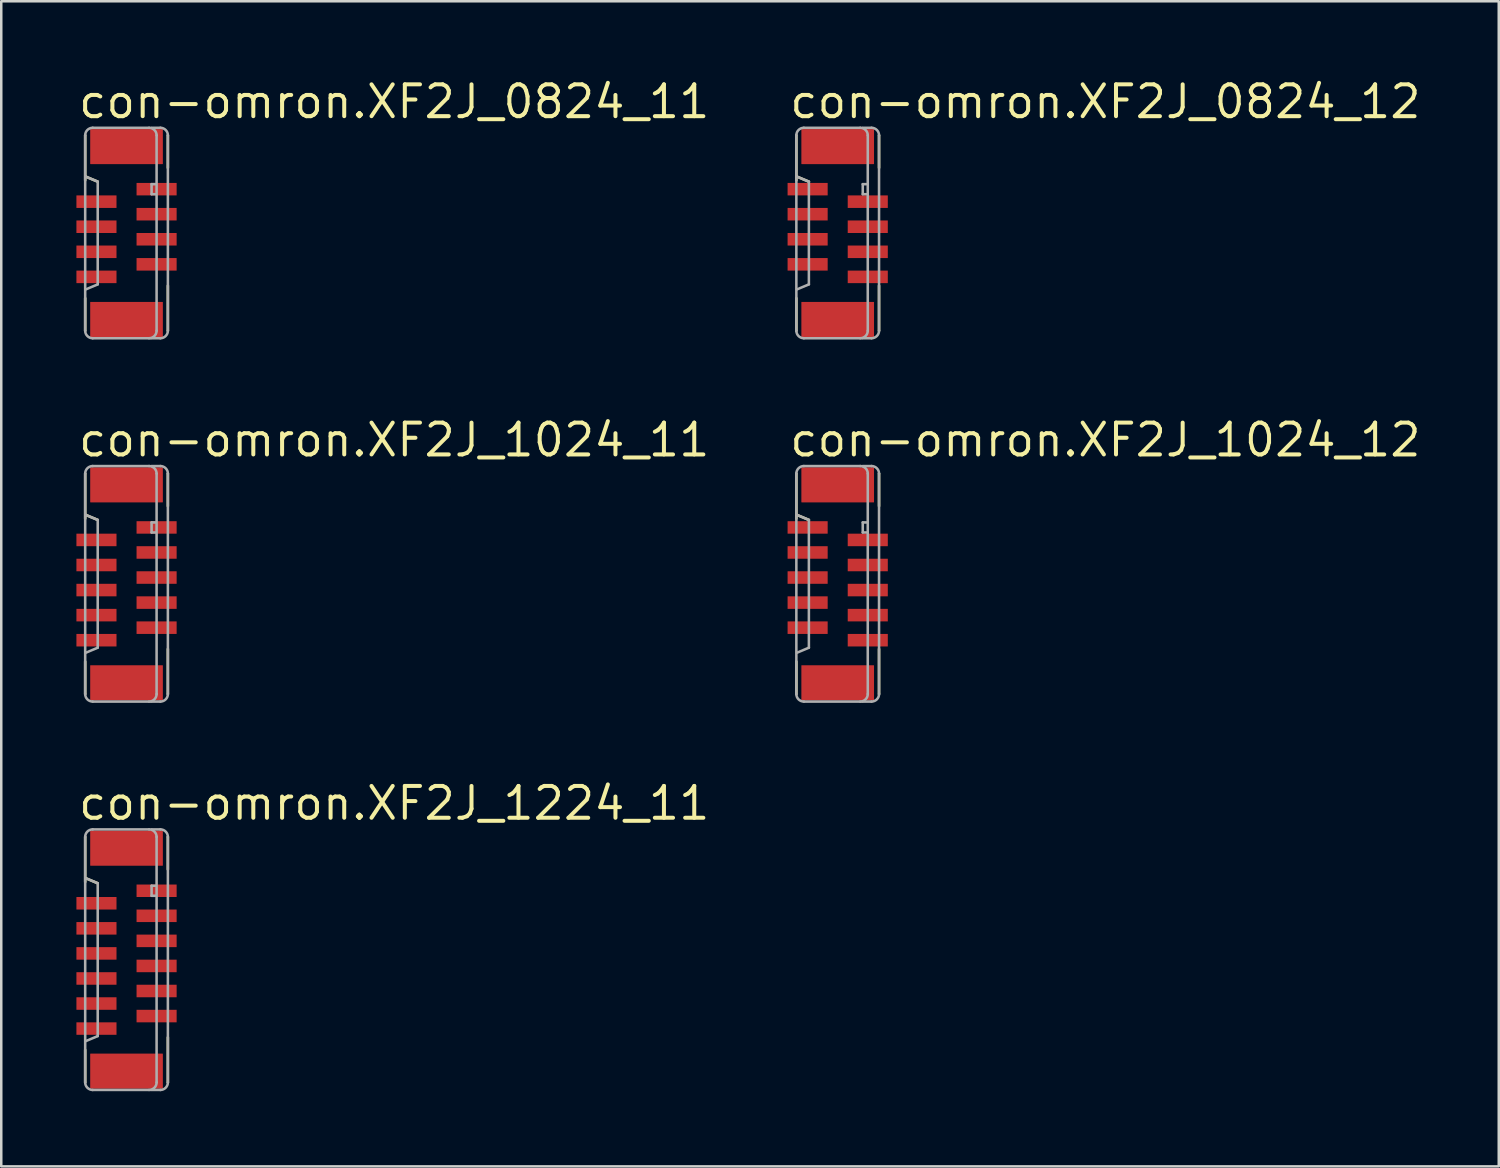
<source format=kicad_pcb>
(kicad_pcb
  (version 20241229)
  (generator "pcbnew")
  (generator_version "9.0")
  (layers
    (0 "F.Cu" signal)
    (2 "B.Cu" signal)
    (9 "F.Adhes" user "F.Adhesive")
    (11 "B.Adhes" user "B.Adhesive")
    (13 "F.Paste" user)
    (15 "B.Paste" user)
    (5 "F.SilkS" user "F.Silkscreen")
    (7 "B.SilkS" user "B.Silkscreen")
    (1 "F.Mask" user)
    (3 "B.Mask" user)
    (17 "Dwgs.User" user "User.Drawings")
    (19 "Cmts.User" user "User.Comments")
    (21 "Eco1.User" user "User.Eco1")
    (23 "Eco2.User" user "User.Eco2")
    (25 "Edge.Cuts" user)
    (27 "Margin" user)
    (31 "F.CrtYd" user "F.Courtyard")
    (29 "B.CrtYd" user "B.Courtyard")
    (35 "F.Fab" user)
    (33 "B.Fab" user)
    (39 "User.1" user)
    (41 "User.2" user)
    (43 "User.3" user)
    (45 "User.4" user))
  (footprint "con-omron.XF2J_1024_12"
    (layer "F.Cu")
    (at 30.384 20.251)
    (property "Reference" "con-omron.XF2J_1024_12" (at -2 -5 0) (layer "F.SilkS") (effects (font (size 1.27 1.27) (thickness 0.16)) (justify left bottom)))
    (attr smd)
    (fp_line (start -1.65 -4.4) (end -1.65 -2.6) (stroke (width 0.102) (type default)) (layer "F.SilkS"))
    (fp_line (start -1.65 3.1) (end -1.65 4.4) (stroke (width 0.102) (type default)) (layer "F.SilkS"))
    (fp_line (start -1.625 -2.75) (end -1.15 -2.55) (stroke (width 0.102) (type default)) (layer "F.SilkS"))
    (fp_line (start 1.65 -3.1) (end 1.65 -4.4) (stroke (width 0.102) (type default)) (layer "F.SilkS"))
    (fp_line (start 1.65 4.4) (end 1.65 2.6) (stroke (width 0.102) (type default)) (layer "F.SilkS"))
    (fp_line (start -1.65 -4.4) (end -1.65 4.4) (stroke (width 0.102) (type default)) (layer "F.Fab"))
    (fp_line (start -1.625 -2.75) (end -1.15 -2.55) (stroke (width 0.102) (type default)) (layer "F.Fab"))
    (fp_line (start -1.35 4.7) (end 0.9 4.7) (stroke (width 0.102) (type default)) (layer "F.Fab"))
    (fp_line (start -1.15 -2.55) (end -1.15 2.55) (stroke (width 0.102) (type default)) (layer "F.Fab"))
    (fp_line (start -1.15 2.55) (end -1.625 2.75) (stroke (width 0.102) (type default)) (layer "F.Fab"))
    (fp_line (start 0.9 -4.7) (end -1.35 -4.7) (stroke (width 0.102) (type default)) (layer "F.Fab"))
    (fp_line (start 0.975 4.7) (end 1.35 4.7) (stroke (width 0.102) (type default)) (layer "F.Fab"))
    (fp_line (start 1 -4.7) (end 1.35 -4.7) (stroke (width 0.102) (type default)) (layer "F.Fab"))
    (fp_line (start 1 -2.45) (end 1 -2.05) (stroke (width 0.102) (type default)) (layer "F.Fab"))
    (fp_line (start 1 -2.05) (end 1.15 -2.05) (stroke (width 0.102) (type default)) (layer "F.Fab"))
    (fp_line (start 1.15 -2.45) (end 1 -2.45) (stroke (width 0.102) (type default)) (layer "F.Fab"))
    (fp_line (start 1.2 4.4) (end 1.2 -4.4) (stroke (width 0.102) (type default)) (layer "F.Fab"))
    (fp_line (start 1.65 4.4) (end 1.65 -4.4) (stroke (width 0.102) (type default)) (layer "F.Fab"))
    (fp_arc (start -1.65 -4.4) (mid -1.562132 -4.612132) (end -1.35 -4.7) (stroke (width 0.1016) (type default)) (layer "F.Fab"))
    (fp_arc (start -1.35 4.7) (mid -1.562132 4.612132) (end -1.65 4.4) (stroke (width 0.1016) (type default)) (layer "F.Fab"))
    (fp_arc (start 0.9 -4.7) (mid 1.112132 -4.612132) (end 1.2 -4.4) (stroke (width 0.1016) (type default)) (layer "F.Fab"))
    (fp_arc (start 1.2 4.4) (mid 1.112132 4.612132) (end 0.9 4.7) (stroke (width 0.1016) (type default)) (layer "F.Fab"))
    (fp_arc (start 1.35 -4.7) (mid 1.562132 -4.612132) (end 1.65 -4.4) (stroke (width 0.1016) (type default)) (layer "F.Fab"))
    (fp_arc (start 1.65 4.4) (mid 1.562132 4.612132) (end 1.35 4.7) (stroke (width 0.1016) (type default)) (layer "F.Fab"))
    (pad "1" smd roundrect (at -1.2 -2.25 270) (size 0.5 1.6) (layers "F.Cu" "F.Mask" "F.Paste") (roundrect_rratio 0.01))
    (pad "2" smd roundrect (at 1.2 -1.75 90) (size 0.5 1.6) (layers "F.Cu" "F.Mask" "F.Paste") (roundrect_rratio 0.01))
    (pad "3" smd roundrect (at -1.2 -1.25 270) (size 0.5 1.6) (layers "F.Cu" "F.Mask" "F.Paste") (roundrect_rratio 0.01))
    (pad "4" smd roundrect (at 1.2 -0.75 90) (size 0.5 1.6) (layers "F.Cu" "F.Mask" "F.Paste") (roundrect_rratio 0.01))
    (pad "5" smd roundrect (at -1.2 -0.25 270) (size 0.5 1.6) (layers "F.Cu" "F.Mask" "F.Paste") (roundrect_rratio 0.01))
    (pad "6" smd roundrect (at 1.2 0.25 90) (size 0.5 1.6) (layers "F.Cu" "F.Mask" "F.Paste") (roundrect_rratio 0.01))
    (pad "7" smd roundrect (at -1.2 0.75 270) (size 0.5 1.6) (layers "F.Cu" "F.Mask" "F.Paste") (roundrect_rratio 0.01))
    (pad "8" smd roundrect (at 1.2 1.25 90) (size 0.5 1.6) (layers "F.Cu" "F.Mask" "F.Paste") (roundrect_rratio 0.01))
    (pad "9" smd roundrect (at -1.2 1.75 270) (size 0.5 1.6) (layers "F.Cu" "F.Mask" "F.Paste") (roundrect_rratio 0.01))
    (pad "10" smd roundrect (at 1.2 2.25 90) (size 0.5 1.6) (layers "F.Cu" "F.Mask" "F.Paste") (roundrect_rratio 0.01))
    (pad "M1" smd roundrect (at 0 -3.95 270) (size 1.4 2.9) (layers "F.Cu" "F.Mask" "F.Paste") (roundrect_rratio 0.01))
    (pad "M2" smd roundrect (at 0 3.95 270) (size 1.4 2.9) (layers "F.Cu" "F.Mask" "F.Paste") (roundrect_rratio 0.01)))
  (footprint "con-omron.XF2J_0824_11"
    (layer "F.Cu")
    (at 2 6.25)
    (property "Reference" "con-omron.XF2J_0824_11" (at -2 -4.5 0) (layer "F.SilkS") (effects (font (size 1.27 1.27) (thickness 0.16)) (justify left bottom)))
    (attr smd)
    (fp_line (start -1.65 -3.9) (end -1.65 -2.1) (stroke (width 0.102) (type default)) (layer "F.SilkS"))
    (fp_line (start -1.65 2.6) (end -1.65 3.9) (stroke (width 0.102) (type default)) (layer "F.SilkS"))
    (fp_line (start -1.625 -2.25) (end -1.15 -2.05) (stroke (width 0.102) (type default)) (layer "F.SilkS"))
    (fp_line (start 1.65 -2.6) (end 1.65 -3.9) (stroke (width 0.102) (type default)) (layer "F.SilkS"))
    (fp_line (start 1.65 3.9) (end 1.65 2.1) (stroke (width 0.102) (type default)) (layer "F.SilkS"))
    (fp_line (start -1.65 -3.9) (end -1.65 3.9) (stroke (width 0.102) (type default)) (layer "F.Fab"))
    (fp_line (start -1.625 -2.25) (end -1.15 -2.05) (stroke (width 0.102) (type default)) (layer "F.Fab"))
    (fp_line (start -1.35 4.2) (end 0.9 4.2) (stroke (width 0.102) (type default)) (layer "F.Fab"))
    (fp_line (start -1.15 -2.05) (end -1.15 2.05) (stroke (width 0.102) (type default)) (layer "F.Fab"))
    (fp_line (start -1.15 2.05) (end -1.625 2.25) (stroke (width 0.102) (type default)) (layer "F.Fab"))
    (fp_line (start 0.9 -4.2) (end -1.35 -4.2) (stroke (width 0.102) (type default)) (layer "F.Fab"))
    (fp_line (start 0.975 4.2) (end 1.35 4.2) (stroke (width 0.102) (type default)) (layer "F.Fab"))
    (fp_line (start 1 -4.2) (end 1.35 -4.2) (stroke (width 0.102) (type default)) (layer "F.Fab"))
    (fp_line (start 1 -1.95) (end 1 -1.55) (stroke (width 0.102) (type default)) (layer "F.Fab"))
    (fp_line (start 1 -1.55) (end 1.15 -1.55) (stroke (width 0.102) (type default)) (layer "F.Fab"))
    (fp_line (start 1.15 -1.95) (end 1 -1.95) (stroke (width 0.102) (type default)) (layer "F.Fab"))
    (fp_line (start 1.2 3.9) (end 1.2 -3.9) (stroke (width 0.102) (type default)) (layer "F.Fab"))
    (fp_line (start 1.65 3.9) (end 1.65 -3.9) (stroke (width 0.102) (type default)) (layer "F.Fab"))
    (fp_arc (start -1.65 -3.9) (mid -1.562132 -4.112132) (end -1.35 -4.2) (stroke (width 0.1016) (type default)) (layer "F.Fab"))
    (fp_arc (start -1.35 4.2) (mid -1.562132 4.112132) (end -1.65 3.9) (stroke (width 0.1016) (type default)) (layer "F.Fab"))
    (fp_arc (start 0.9 -4.2) (mid 1.112132 -4.112132) (end 1.2 -3.9) (stroke (width 0.1016) (type default)) (layer "F.Fab"))
    (fp_arc (start 1.2 3.9) (mid 1.112132 4.112132) (end 0.9 4.2) (stroke (width 0.1016) (type default)) (layer "F.Fab"))
    (fp_arc (start 1.35 -4.2) (mid 1.562132 -4.112132) (end 1.65 -3.9) (stroke (width 0.1016) (type default)) (layer "F.Fab"))
    (fp_arc (start 1.65 3.9) (mid 1.562132 4.112132) (end 1.35 4.2) (stroke (width 0.1016) (type default)) (layer "F.Fab"))
    (pad "1" smd roundrect (at 1.2 -1.75 270) (size 0.5 1.6) (layers "F.Cu" "F.Mask" "F.Paste") (roundrect_rratio 0.01))
    (pad "2" smd roundrect (at -1.2 -1.25 90) (size 0.5 1.6) (layers "F.Cu" "F.Mask" "F.Paste") (roundrect_rratio 0.01))
    (pad "3" smd roundrect (at 1.2 -0.75 270) (size 0.5 1.6) (layers "F.Cu" "F.Mask" "F.Paste") (roundrect_rratio 0.01))
    (pad "4" smd roundrect (at -1.2 -0.25 90) (size 0.5 1.6) (layers "F.Cu" "F.Mask" "F.Paste") (roundrect_rratio 0.01))
    (pad "5" smd roundrect (at 1.2 0.25 270) (size 0.5 1.6) (layers "F.Cu" "F.Mask" "F.Paste") (roundrect_rratio 0.01))
    (pad "6" smd roundrect (at -1.2 0.75 90) (size 0.5 1.6) (layers "F.Cu" "F.Mask" "F.Paste") (roundrect_rratio 0.01))
    (pad "7" smd roundrect (at 1.2 1.25 270) (size 0.5 1.6) (layers "F.Cu" "F.Mask" "F.Paste") (roundrect_rratio 0.01))
    (pad "8" smd roundrect (at -1.2 1.75 90) (size 0.5 1.6) (layers "F.Cu" "F.Mask" "F.Paste") (roundrect_rratio 0.01))
    (pad "M1" smd roundrect (at 0 -3.45 270) (size 1.4 2.9) (layers "F.Cu" "F.Mask" "F.Paste") (roundrect_rratio 0.01))
    (pad "M2" smd roundrect (at 0 3.45 270) (size 1.4 2.9) (layers "F.Cu" "F.Mask" "F.Paste") (roundrect_rratio 0.01)))
  (footprint "con-omron.XF2J_1024_11"
    (layer "F.Cu")
    (at 2 20.251)
    (property "Reference" "con-omron.XF2J_1024_11" (at -2 -5 0) (layer "F.SilkS") (effects (font (size 1.27 1.27) (thickness 0.16)) (justify left bottom)))
    (attr smd)
    (fp_line (start -1.65 -4.4) (end -1.65 -2.6) (stroke (width 0.102) (type default)) (layer "F.SilkS"))
    (fp_line (start -1.65 3.1) (end -1.65 4.4) (stroke (width 0.102) (type default)) (layer "F.SilkS"))
    (fp_line (start -1.625 -2.75) (end -1.15 -2.55) (stroke (width 0.102) (type default)) (layer "F.SilkS"))
    (fp_line (start 1.65 -3.1) (end 1.65 -4.4) (stroke (width 0.102) (type default)) (layer "F.SilkS"))
    (fp_line (start 1.65 4.4) (end 1.65 2.6) (stroke (width 0.102) (type default)) (layer "F.SilkS"))
    (fp_line (start -1.65 -4.4) (end -1.65 4.4) (stroke (width 0.102) (type default)) (layer "F.Fab"))
    (fp_line (start -1.625 -2.75) (end -1.15 -2.55) (stroke (width 0.102) (type default)) (layer "F.Fab"))
    (fp_line (start -1.35 4.7) (end 0.9 4.7) (stroke (width 0.102) (type default)) (layer "F.Fab"))
    (fp_line (start -1.15 -2.55) (end -1.15 2.55) (stroke (width 0.102) (type default)) (layer "F.Fab"))
    (fp_line (start -1.15 2.55) (end -1.625 2.75) (stroke (width 0.102) (type default)) (layer "F.Fab"))
    (fp_line (start 0.9 -4.7) (end -1.35 -4.7) (stroke (width 0.102) (type default)) (layer "F.Fab"))
    (fp_line (start 0.975 4.7) (end 1.35 4.7) (stroke (width 0.102) (type default)) (layer "F.Fab"))
    (fp_line (start 1 -4.7) (end 1.35 -4.7) (stroke (width 0.102) (type default)) (layer "F.Fab"))
    (fp_line (start 1 -2.45) (end 1 -2.05) (stroke (width 0.102) (type default)) (layer "F.Fab"))
    (fp_line (start 1 -2.05) (end 1.15 -2.05) (stroke (width 0.102) (type default)) (layer "F.Fab"))
    (fp_line (start 1.15 -2.45) (end 1 -2.45) (stroke (width 0.102) (type default)) (layer "F.Fab"))
    (fp_line (start 1.2 4.4) (end 1.2 -4.4) (stroke (width 0.102) (type default)) (layer "F.Fab"))
    (fp_line (start 1.65 4.4) (end 1.65 -4.4) (stroke (width 0.102) (type default)) (layer "F.Fab"))
    (fp_arc (start -1.65 -4.4) (mid -1.562132 -4.612132) (end -1.35 -4.7) (stroke (width 0.1016) (type default)) (layer "F.Fab"))
    (fp_arc (start -1.35 4.7) (mid -1.562132 4.612132) (end -1.65 4.4) (stroke (width 0.1016) (type default)) (layer "F.Fab"))
    (fp_arc (start 0.9 -4.7) (mid 1.112132 -4.612132) (end 1.2 -4.4) (stroke (width 0.1016) (type default)) (layer "F.Fab"))
    (fp_arc (start 1.2 4.4) (mid 1.112132 4.612132) (end 0.9 4.7) (stroke (width 0.1016) (type default)) (layer "F.Fab"))
    (fp_arc (start 1.35 -4.7) (mid 1.562132 -4.612132) (end 1.65 -4.4) (stroke (width 0.1016) (type default)) (layer "F.Fab"))
    (fp_arc (start 1.65 4.4) (mid 1.562132 4.612132) (end 1.35 4.7) (stroke (width 0.1016) (type default)) (layer "F.Fab"))
    (pad "1" smd roundrect (at 1.2 -2.25 270) (size 0.5 1.6) (layers "F.Cu" "F.Mask" "F.Paste") (roundrect_rratio 0.01))
    (pad "2" smd roundrect (at -1.2 -1.75 90) (size 0.5 1.6) (layers "F.Cu" "F.Mask" "F.Paste") (roundrect_rratio 0.01))
    (pad "3" smd roundrect (at 1.2 -1.25 270) (size 0.5 1.6) (layers "F.Cu" "F.Mask" "F.Paste") (roundrect_rratio 0.01))
    (pad "4" smd roundrect (at -1.2 -0.75 90) (size 0.5 1.6) (layers "F.Cu" "F.Mask" "F.Paste") (roundrect_rratio 0.01))
    (pad "5" smd roundrect (at 1.2 -0.25 270) (size 0.5 1.6) (layers "F.Cu" "F.Mask" "F.Paste") (roundrect_rratio 0.01))
    (pad "6" smd roundrect (at -1.2 0.25 90) (size 0.5 1.6) (layers "F.Cu" "F.Mask" "F.Paste") (roundrect_rratio 0.01))
    (pad "7" smd roundrect (at 1.2 0.75 270) (size 0.5 1.6) (layers "F.Cu" "F.Mask" "F.Paste") (roundrect_rratio 0.01))
    (pad "8" smd roundrect (at -1.2 1.25 90) (size 0.5 1.6) (layers "F.Cu" "F.Mask" "F.Paste") (roundrect_rratio 0.01))
    (pad "9" smd roundrect (at 1.2 1.75 270) (size 0.5 1.6) (layers "F.Cu" "F.Mask" "F.Paste") (roundrect_rratio 0.01))
    (pad "10" smd roundrect (at -1.2 2.25 90) (size 0.5 1.6) (layers "F.Cu" "F.Mask" "F.Paste") (roundrect_rratio 0.01))
    (pad "M1" smd roundrect (at 0 -3.95 270) (size 1.4 2.9) (layers "F.Cu" "F.Mask" "F.Paste") (roundrect_rratio 0.01))
    (pad "M2" smd roundrect (at 0 3.95 270) (size 1.4 2.9) (layers "F.Cu" "F.Mask" "F.Paste") (roundrect_rratio 0.01)))
  (footprint "con-omron.XF2J_0824_12"
    (layer "F.Cu")
    (at 30.384 6.25)
    (property "Reference" "con-omron.XF2J_0824_12" (at -2 -4.5 0) (layer "F.SilkS") (effects (font (size 1.27 1.27) (thickness 0.16)) (justify left bottom)))
    (attr smd)
    (fp_line (start -1.65 -3.9) (end -1.65 -2.1) (stroke (width 0.102) (type default)) (layer "F.SilkS"))
    (fp_line (start -1.65 2.6) (end -1.65 3.9) (stroke (width 0.102) (type default)) (layer "F.SilkS"))
    (fp_line (start -1.625 -2.25) (end -1.15 -2.05) (stroke (width 0.102) (type default)) (layer "F.SilkS"))
    (fp_line (start 1.65 -2.6) (end 1.65 -3.9) (stroke (width 0.102) (type default)) (layer "F.SilkS"))
    (fp_line (start 1.65 3.9) (end 1.65 2.1) (stroke (width 0.102) (type default)) (layer "F.SilkS"))
    (fp_line (start -1.65 -3.9) (end -1.65 3.9) (stroke (width 0.102) (type default)) (layer "F.Fab"))
    (fp_line (start -1.625 -2.25) (end -1.15 -2.05) (stroke (width 0.102) (type default)) (layer "F.Fab"))
    (fp_line (start -1.35 4.2) (end 0.9 4.2) (stroke (width 0.102) (type default)) (layer "F.Fab"))
    (fp_line (start -1.15 -2.05) (end -1.15 2.05) (stroke (width 0.102) (type default)) (layer "F.Fab"))
    (fp_line (start -1.15 2.05) (end -1.625 2.25) (stroke (width 0.102) (type default)) (layer "F.Fab"))
    (fp_line (start 0.9 -4.2) (end -1.35 -4.2) (stroke (width 0.102) (type default)) (layer "F.Fab"))
    (fp_line (start 0.975 4.2) (end 1.35 4.2) (stroke (width 0.102) (type default)) (layer "F.Fab"))
    (fp_line (start 1 -4.2) (end 1.35 -4.2) (stroke (width 0.102) (type default)) (layer "F.Fab"))
    (fp_line (start 1 -1.95) (end 1 -1.55) (stroke (width 0.102) (type default)) (layer "F.Fab"))
    (fp_line (start 1 -1.55) (end 1.15 -1.55) (stroke (width 0.102) (type default)) (layer "F.Fab"))
    (fp_line (start 1.15 -1.95) (end 1 -1.95) (stroke (width 0.102) (type default)) (layer "F.Fab"))
    (fp_line (start 1.2 3.9) (end 1.2 -3.9) (stroke (width 0.102) (type default)) (layer "F.Fab"))
    (fp_line (start 1.65 3.9) (end 1.65 -3.9) (stroke (width 0.102) (type default)) (layer "F.Fab"))
    (fp_arc (start -1.65 -3.9) (mid -1.562132 -4.112132) (end -1.35 -4.2) (stroke (width 0.1016) (type default)) (layer "F.Fab"))
    (fp_arc (start -1.35 4.2) (mid -1.562132 4.112132) (end -1.65 3.9) (stroke (width 0.1016) (type default)) (layer "F.Fab"))
    (fp_arc (start 0.9 -4.2) (mid 1.112132 -4.112132) (end 1.2 -3.9) (stroke (width 0.1016) (type default)) (layer "F.Fab"))
    (fp_arc (start 1.2 3.9) (mid 1.112132 4.112132) (end 0.9 4.2) (stroke (width 0.1016) (type default)) (layer "F.Fab"))
    (fp_arc (start 1.35 -4.2) (mid 1.562132 -4.112132) (end 1.65 -3.9) (stroke (width 0.1016) (type default)) (layer "F.Fab"))
    (fp_arc (start 1.65 3.9) (mid 1.562132 4.112132) (end 1.35 4.2) (stroke (width 0.1016) (type default)) (layer "F.Fab"))
    (pad "1" smd roundrect (at -1.2 -1.75 270) (size 0.5 1.6) (layers "F.Cu" "F.Mask" "F.Paste") (roundrect_rratio 0.01))
    (pad "2" smd roundrect (at 1.2 -1.25 90) (size 0.5 1.6) (layers "F.Cu" "F.Mask" "F.Paste") (roundrect_rratio 0.01))
    (pad "3" smd roundrect (at -1.2 -0.75 270) (size 0.5 1.6) (layers "F.Cu" "F.Mask" "F.Paste") (roundrect_rratio 0.01))
    (pad "4" smd roundrect (at 1.2 -0.25 90) (size 0.5 1.6) (layers "F.Cu" "F.Mask" "F.Paste") (roundrect_rratio 0.01))
    (pad "5" smd roundrect (at -1.2 0.25 270) (size 0.5 1.6) (layers "F.Cu" "F.Mask" "F.Paste") (roundrect_rratio 0.01))
    (pad "6" smd roundrect (at 1.2 0.75 90) (size 0.5 1.6) (layers "F.Cu" "F.Mask" "F.Paste") (roundrect_rratio 0.01))
    (pad "7" smd roundrect (at -1.2 1.25 270) (size 0.5 1.6) (layers "F.Cu" "F.Mask" "F.Paste") (roundrect_rratio 0.01))
    (pad "8" smd roundrect (at 1.2 1.75 90) (size 0.5 1.6) (layers "F.Cu" "F.Mask" "F.Paste") (roundrect_rratio 0.01))
    (pad "M1" smd roundrect (at 0 -3.45 270) (size 1.4 2.9) (layers "F.Cu" "F.Mask" "F.Paste") (roundrect_rratio 0.01))
    (pad "M2" smd roundrect (at 0 3.45 270) (size 1.4 2.9) (layers "F.Cu" "F.Mask" "F.Paste") (roundrect_rratio 0.01)))
  (footprint "con-omron.XF2J_1224_11"
    (layer "F.Cu")
    (at 2 35.252)
    (property "Reference" "con-omron.XF2J_1224_11" (at -2 -5.5 0) (layer "F.SilkS") (effects (font (size 1.27 1.27) (thickness 0.16)) (justify left bottom)))
    (attr smd)
    (fp_line (start -1.65 -4.9) (end -1.65 -3.1) (stroke (width 0.102) (type default)) (layer "F.SilkS"))
    (fp_line (start -1.65 3.6) (end -1.65 4.9) (stroke (width 0.102) (type default)) (layer "F.SilkS"))
    (fp_line (start -1.625 -3.25) (end -1.15 -3.05) (stroke (width 0.102) (type default)) (layer "F.SilkS"))
    (fp_line (start 1.65 -3.6) (end 1.65 -4.9) (stroke (width 0.102) (type default)) (layer "F.SilkS"))
    (fp_line (start 1.65 4.9) (end 1.65 3.1) (stroke (width 0.102) (type default)) (layer "F.SilkS"))
    (fp_line (start -1.65 -4.9) (end -1.65 4.9) (stroke (width 0.102) (type default)) (layer "F.Fab"))
    (fp_line (start -1.625 -3.25) (end -1.15 -3.05) (stroke (width 0.102) (type default)) (layer "F.Fab"))
    (fp_line (start -1.35 5.2) (end 0.9 5.2) (stroke (width 0.102) (type default)) (layer "F.Fab"))
    (fp_line (start -1.15 -3.05) (end -1.15 3.05) (stroke (width 0.102) (type default)) (layer "F.Fab"))
    (fp_line (start -1.15 3.05) (end -1.625 3.25) (stroke (width 0.102) (type default)) (layer "F.Fab"))
    (fp_line (start 0.9 -5.2) (end -1.35 -5.2) (stroke (width 0.102) (type default)) (layer "F.Fab"))
    (fp_line (start 0.975 5.2) (end 1.35 5.2) (stroke (width 0.102) (type default)) (layer "F.Fab"))
    (fp_line (start 1 -5.2) (end 1.35 -5.2) (stroke (width 0.102) (type default)) (layer "F.Fab"))
    (fp_line (start 1 -2.95) (end 1 -2.55) (stroke (width 0.102) (type default)) (layer "F.Fab"))
    (fp_line (start 1 -2.55) (end 1.15 -2.55) (stroke (width 0.102) (type default)) (layer "F.Fab"))
    (fp_line (start 1.15 -2.95) (end 1 -2.95) (stroke (width 0.102) (type default)) (layer "F.Fab"))
    (fp_line (start 1.2 4.9) (end 1.2 -4.9) (stroke (width 0.102) (type default)) (layer "F.Fab"))
    (fp_line (start 1.65 4.9) (end 1.65 -4.9) (stroke (width 0.102) (type default)) (layer "F.Fab"))
    (fp_arc (start -1.65 -4.9) (mid -1.562132 -5.112132) (end -1.35 -5.2) (stroke (width 0.1016) (type default)) (layer "F.Fab"))
    (fp_arc (start -1.35 5.2) (mid -1.562132 5.112132) (end -1.65 4.9) (stroke (width 0.1016) (type default)) (layer "F.Fab"))
    (fp_arc (start 0.9 -5.2) (mid 1.112132 -5.112132) (end 1.2 -4.9) (stroke (width 0.1016) (type default)) (layer "F.Fab"))
    (fp_arc (start 1.2 4.9) (mid 1.112132 5.112132) (end 0.9 5.2) (stroke (width 0.1016) (type default)) (layer "F.Fab"))
    (fp_arc (start 1.35 -5.2) (mid 1.562132 -5.112132) (end 1.65 -4.9) (stroke (width 0.1016) (type default)) (layer "F.Fab"))
    (fp_arc (start 1.65 4.9) (mid 1.562132 5.112132) (end 1.35 5.2) (stroke (width 0.1016) (type default)) (layer "F.Fab"))
    (pad "1" smd roundrect (at 1.2 -2.75 270) (size 0.5 1.6) (layers "F.Cu" "F.Mask" "F.Paste") (roundrect_rratio 0.01))
    (pad "2" smd roundrect (at -1.2 -2.25 90) (size 0.5 1.6) (layers "F.Cu" "F.Mask" "F.Paste") (roundrect_rratio 0.01))
    (pad "3" smd roundrect (at 1.2 -1.75 270) (size 0.5 1.6) (layers "F.Cu" "F.Mask" "F.Paste") (roundrect_rratio 0.01))
    (pad "4" smd roundrect (at -1.2 -1.25 90) (size 0.5 1.6) (layers "F.Cu" "F.Mask" "F.Paste") (roundrect_rratio 0.01))
    (pad "5" smd roundrect (at 1.2 -0.75 270) (size 0.5 1.6) (layers "F.Cu" "F.Mask" "F.Paste") (roundrect_rratio 0.01))
    (pad "6" smd roundrect (at -1.2 -0.25 90) (size 0.5 1.6) (layers "F.Cu" "F.Mask" "F.Paste") (roundrect_rratio 0.01))
    (pad "7" smd roundrect (at 1.2 0.25 270) (size 0.5 1.6) (layers "F.Cu" "F.Mask" "F.Paste") (roundrect_rratio 0.01))
    (pad "8" smd roundrect (at -1.2 0.75 90) (size 0.5 1.6) (layers "F.Cu" "F.Mask" "F.Paste") (roundrect_rratio 0.01))
    (pad "9" smd roundrect (at 1.2 1.25 270) (size 0.5 1.6) (layers "F.Cu" "F.Mask" "F.Paste") (roundrect_rratio 0.01))
    (pad "10" smd roundrect (at -1.2 1.75 90) (size 0.5 1.6) (layers "F.Cu" "F.Mask" "F.Paste") (roundrect_rratio 0.01))
    (pad "11" smd roundrect (at 1.2 2.25 270) (size 0.5 1.6) (layers "F.Cu" "F.Mask" "F.Paste") (roundrect_rratio 0.01))
    (pad "12" smd roundrect (at -1.2 2.75 90) (size 0.5 1.6) (layers "F.Cu" "F.Mask" "F.Paste") (roundrect_rratio 0.01))
    (pad "M1" smd roundrect (at 0 -4.45 270) (size 1.4 2.9) (layers "F.Cu" "F.Mask" "F.Paste") (roundrect_rratio 0.01))
    (pad "M2" smd roundrect (at 0 4.45 270) (size 1.4 2.9) (layers "F.Cu" "F.Mask" "F.Paste") (roundrect_rratio 0.01)))
  (gr_rect
    (start -3 -3)
    (end 56.768 43.502)
    (stroke (width 0.1) (type default))
    (fill no)
    (layer "Edge.Cuts")))
</source>
